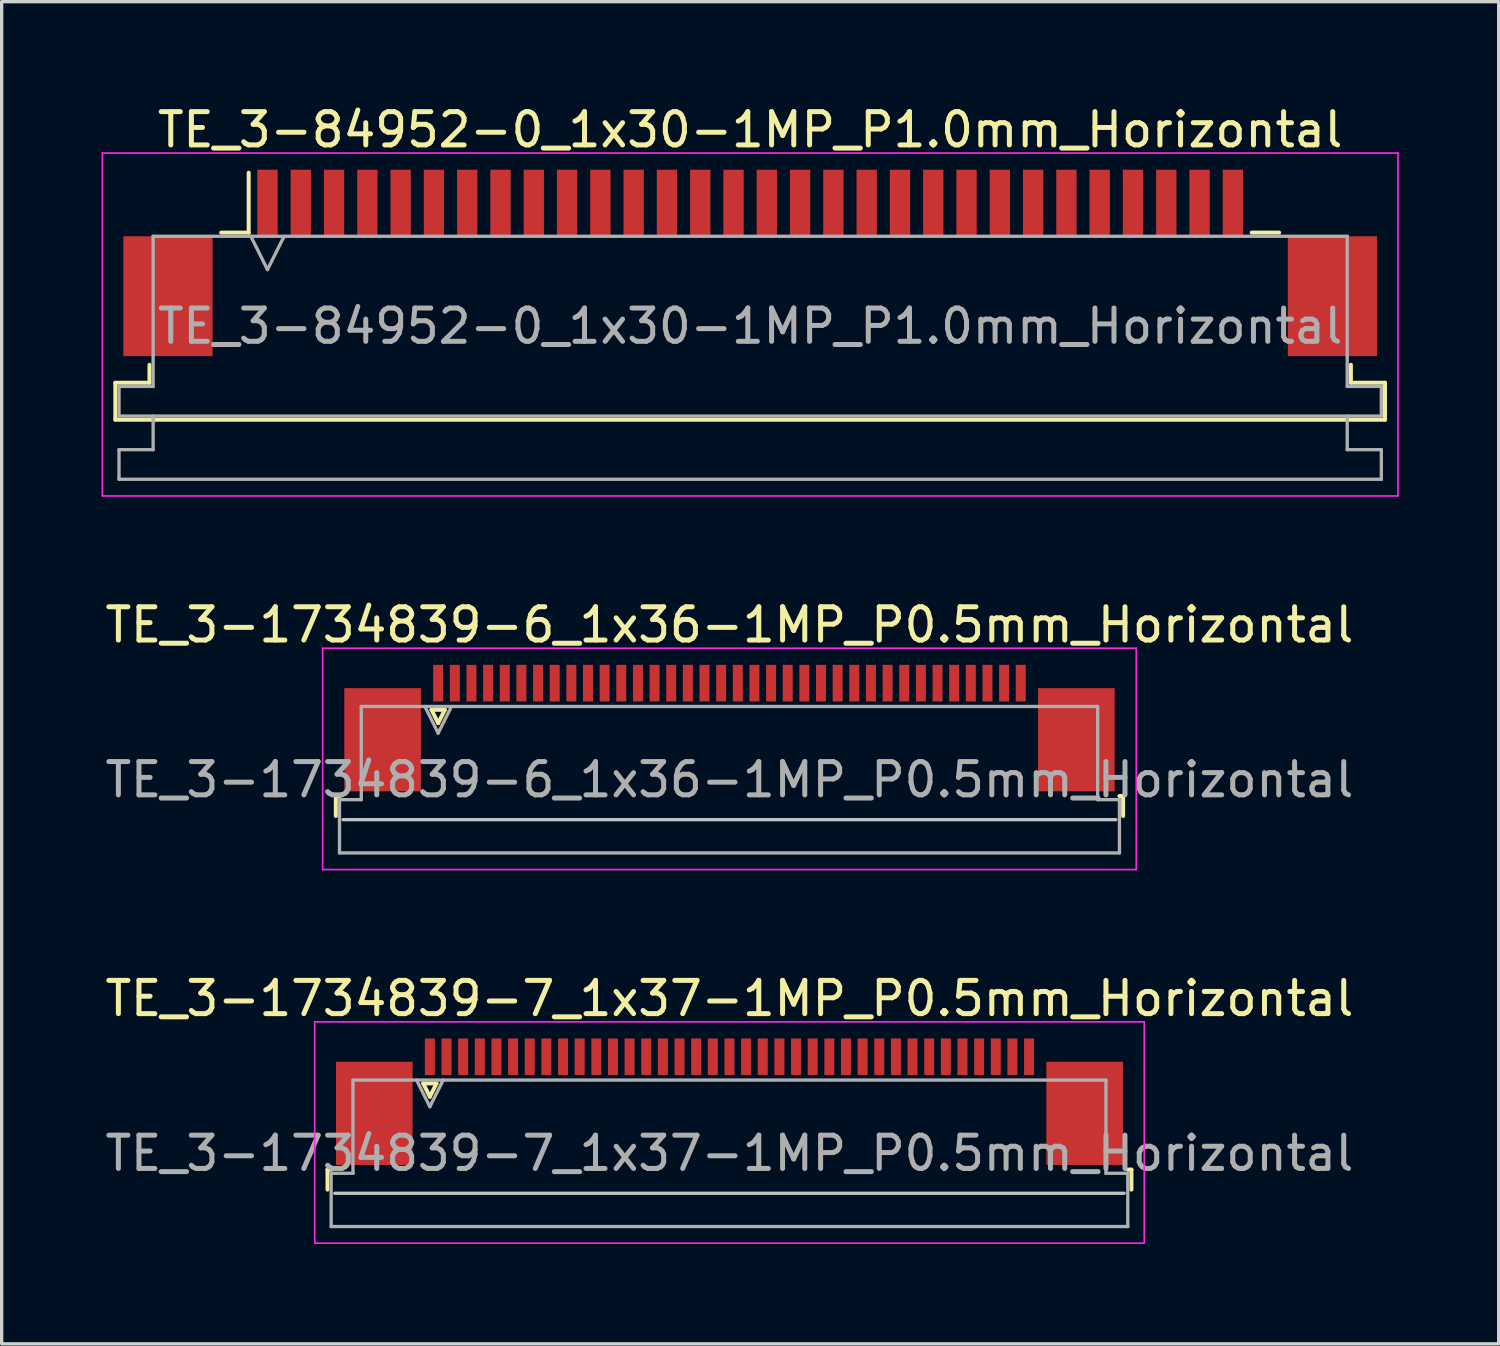
<source format=kicad_pcb>
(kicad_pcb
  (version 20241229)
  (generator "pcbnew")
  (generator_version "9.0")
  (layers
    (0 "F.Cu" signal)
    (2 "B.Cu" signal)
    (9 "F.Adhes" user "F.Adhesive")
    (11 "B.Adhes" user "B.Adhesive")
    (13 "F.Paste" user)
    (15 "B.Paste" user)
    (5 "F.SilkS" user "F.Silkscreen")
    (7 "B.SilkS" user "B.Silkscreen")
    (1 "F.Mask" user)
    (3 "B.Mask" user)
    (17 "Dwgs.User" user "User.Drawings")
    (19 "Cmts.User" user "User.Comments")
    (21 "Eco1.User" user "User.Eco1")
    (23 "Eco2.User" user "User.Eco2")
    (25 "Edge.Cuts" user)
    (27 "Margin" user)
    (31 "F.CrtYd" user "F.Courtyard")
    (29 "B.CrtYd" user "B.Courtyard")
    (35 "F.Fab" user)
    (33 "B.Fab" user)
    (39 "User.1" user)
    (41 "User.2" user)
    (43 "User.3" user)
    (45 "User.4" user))
  (footprint "TE_3-1734839-6_1x36-1MP_P0.5mm_Horizontal"
    (layer "F.Cu")
    (at 18.863 18.822)
    (property "Reference" "TE_3-1734839-6_1x36-1MP_P0.5mm_Horizontal" (at 0 -3.1 0) (layer "F.SilkS") (effects (font (size 1 1) (thickness 0.15))))
    (attr smd)
    (fp_line (start -11.825 2.04) (end -11.825 2.64) (stroke (width 0.12) (type solid)) (layer "F.SilkS"))
    (fp_line (start -11.715 2.04) (end -11.825 2.04) (stroke (width 0.12) (type solid)) (layer "F.SilkS"))
    (fp_line (start -8.95 -0.55) (end -8.75 -0.15) (stroke (width 0.12) (type solid)) (layer "F.SilkS"))
    (fp_line (start -8.75 -0.15) (end -8.55 -0.55) (stroke (width 0.12) (type solid)) (layer "F.SilkS"))
    (fp_line (start -8.55 -0.55) (end -8.95 -0.55) (stroke (width 0.12) (type solid)) (layer "F.SilkS"))
    (fp_line (start 11.715 2.04) (end 11.825 2.04) (stroke (width 0.12) (type solid)) (layer "F.SilkS"))
    (fp_line (start 11.825 2.04) (end 11.825 2.64) (stroke (width 0.12) (type solid)) (layer "F.SilkS"))
    (fp_line (start 11.605 2.75) (end -11.605 2.75) (stroke (width 0.1) (type solid)) (layer "Dwgs.User"))
    (fp_line (start -12.22 -2.4) (end -12.22 4.25) (stroke (width 0.05) (type solid)) (layer "F.CrtYd"))
    (fp_line (start -12.22 4.25) (end 12.22 4.25) (stroke (width 0.05) (type solid)) (layer "F.CrtYd"))
    (fp_line (start 12.22 -2.4) (end -12.22 -2.4) (stroke (width 0.05) (type solid)) (layer "F.CrtYd"))
    (fp_line (start 12.22 4.25) (end 12.22 -2.4) (stroke (width 0.05) (type solid)) (layer "F.CrtYd"))
    (fp_line (start -11.715 2.15) (end -11.06 2.15) (stroke (width 0.1) (type solid)) (layer "F.Fab"))
    (fp_line (start -11.715 3.75) (end -11.715 2.15) (stroke (width 0.1) (type solid)) (layer "F.Fab"))
    (fp_line (start -11.06 -0.65) (end 11.06 -0.65) (stroke (width 0.1) (type solid)) (layer "F.Fab"))
    (fp_line (start -11.06 2.15) (end -11.06 -0.65) (stroke (width 0.1) (type solid)) (layer "F.Fab"))
    (fp_line (start -9.15 -0.65) (end -8.75 0.15) (stroke (width 0.1) (type solid)) (layer "F.Fab"))
    (fp_line (start -8.75 0.15) (end -8.35 -0.65) (stroke (width 0.1) (type solid)) (layer "F.Fab"))
    (fp_line (start 11.06 -0.65) (end 11.06 2.15) (stroke (width 0.1) (type solid)) (layer "F.Fab"))
    (fp_line (start 11.06 2.15) (end 11.715 2.15) (stroke (width 0.1) (type solid)) (layer "F.Fab"))
    (fp_line (start 11.715 2.15) (end 11.715 3.75) (stroke (width 0.1) (type solid)) (layer "F.Fab"))
    (fp_line (start 11.715 3.75) (end -11.715 3.75) (stroke (width 0.1) (type solid)) (layer "F.Fab"))
    (fp_text user "${REFERENCE}" (at 0 1.55 0) (layer "F.Fab") (effects (font (size 1 1) (thickness 0.15))))
    (pad "1" smd rect (at -8.75 -1.35) (size 0.3 1.1) (layers "F.Cu" "F.Mask" "F.Paste"))
    (pad "2" smd rect (at -8.25 -1.35) (size 0.3 1.1) (layers "F.Cu" "F.Mask" "F.Paste"))
    (pad "3" smd rect (at -7.75 -1.35) (size 0.3 1.1) (layers "F.Cu" "F.Mask" "F.Paste"))
    (pad "4" smd rect (at -7.25 -1.35) (size 0.3 1.1) (layers "F.Cu" "F.Mask" "F.Paste"))
    (pad "5" smd rect (at -6.75 -1.35) (size 0.3 1.1) (layers "F.Cu" "F.Mask" "F.Paste"))
    (pad "6" smd rect (at -6.25 -1.35) (size 0.3 1.1) (layers "F.Cu" "F.Mask" "F.Paste"))
    (pad "7" smd rect (at -5.75 -1.35) (size 0.3 1.1) (layers "F.Cu" "F.Mask" "F.Paste"))
    (pad "8" smd rect (at -5.25 -1.35) (size 0.3 1.1) (layers "F.Cu" "F.Mask" "F.Paste"))
    (pad "9" smd rect (at -4.75 -1.35) (size 0.3 1.1) (layers "F.Cu" "F.Mask" "F.Paste"))
    (pad "10" smd rect (at -4.25 -1.35) (size 0.3 1.1) (layers "F.Cu" "F.Mask" "F.Paste"))
    (pad "11" smd rect (at -3.75 -1.35) (size 0.3 1.1) (layers "F.Cu" "F.Mask" "F.Paste"))
    (pad "12" smd rect (at -3.25 -1.35) (size 0.3 1.1) (layers "F.Cu" "F.Mask" "F.Paste"))
    (pad "13" smd rect (at -2.75 -1.35) (size 0.3 1.1) (layers "F.Cu" "F.Mask" "F.Paste"))
    (pad "14" smd rect (at -2.25 -1.35) (size 0.3 1.1) (layers "F.Cu" "F.Mask" "F.Paste"))
    (pad "15" smd rect (at -1.75 -1.35) (size 0.3 1.1) (layers "F.Cu" "F.Mask" "F.Paste"))
    (pad "16" smd rect (at -1.25 -1.35) (size 0.3 1.1) (layers "F.Cu" "F.Mask" "F.Paste"))
    (pad "17" smd rect (at -0.75 -1.35) (size 0.3 1.1) (layers "F.Cu" "F.Mask" "F.Paste"))
    (pad "18" smd rect (at -0.25 -1.35) (size 0.3 1.1) (layers "F.Cu" "F.Mask" "F.Paste"))
    (pad "19" smd rect (at 0.25 -1.35) (size 0.3 1.1) (layers "F.Cu" "F.Mask" "F.Paste"))
    (pad "20" smd rect (at 0.75 -1.35) (size 0.3 1.1) (layers "F.Cu" "F.Mask" "F.Paste"))
    (pad "21" smd rect (at 1.25 -1.35) (size 0.3 1.1) (layers "F.Cu" "F.Mask" "F.Paste"))
    (pad "22" smd rect (at 1.75 -1.35) (size 0.3 1.1) (layers "F.Cu" "F.Mask" "F.Paste"))
    (pad "23" smd rect (at 2.25 -1.35) (size 0.3 1.1) (layers "F.Cu" "F.Mask" "F.Paste"))
    (pad "24" smd rect (at 2.75 -1.35) (size 0.3 1.1) (layers "F.Cu" "F.Mask" "F.Paste"))
    (pad "25" smd rect (at 3.25 -1.35) (size 0.3 1.1) (layers "F.Cu" "F.Mask" "F.Paste"))
    (pad "26" smd rect (at 3.75 -1.35) (size 0.3 1.1) (layers "F.Cu" "F.Mask" "F.Paste"))
    (pad "27" smd rect (at 4.25 -1.35) (size 0.3 1.1) (layers "F.Cu" "F.Mask" "F.Paste"))
    (pad "28" smd rect (at 4.75 -1.35) (size 0.3 1.1) (layers "F.Cu" "F.Mask" "F.Paste"))
    (pad "29" smd rect (at 5.25 -1.35) (size 0.3 1.1) (layers "F.Cu" "F.Mask" "F.Paste"))
    (pad "30" smd rect (at 5.75 -1.35) (size 0.3 1.1) (layers "F.Cu" "F.Mask" "F.Paste"))
    (pad "31" smd rect (at 6.25 -1.35) (size 0.3 1.1) (layers "F.Cu" "F.Mask" "F.Paste"))
    (pad "32" smd rect (at 6.75 -1.35) (size 0.3 1.1) (layers "F.Cu" "F.Mask" "F.Paste"))
    (pad "33" smd rect (at 7.25 -1.35) (size 0.3 1.1) (layers "F.Cu" "F.Mask" "F.Paste"))
    (pad "34" smd rect (at 7.75 -1.35) (size 0.3 1.1) (layers "F.Cu" "F.Mask" "F.Paste"))
    (pad "35" smd rect (at 8.25 -1.35) (size 0.3 1.1) (layers "F.Cu" "F.Mask" "F.Paste"))
    (pad "36" smd rect (at 8.75 -1.35) (size 0.3 1.1) (layers "F.Cu" "F.Mask" "F.Paste"))
    (pad "MP" smd rect (at -10.42 0.35) (size 2.3 3.1) (layers "F.Cu" "F.Mask" "F.Paste"))
    (pad "MP" smd rect (at 10.42 0.35) (size 2.3 3.1) (layers "F.Cu" "F.Mask" "F.Paste")))
  (footprint "TE_3-1734839-7_1x37-1MP_P0.5mm_Horizontal"
    (layer "F.Cu")
    (at 18.863 30.045)
    (property "Reference" "TE_3-1734839-7_1x37-1MP_P0.5mm_Horizontal" (at 0 -3.1 0) (layer "F.SilkS") (effects (font (size 1 1) (thickness 0.15))))
    (attr smd)
    (fp_line (start -12.075 2.04) (end -12.075 2.64) (stroke (width 0.12) (type solid)) (layer "F.SilkS"))
    (fp_line (start -11.965 2.04) (end -12.075 2.04) (stroke (width 0.12) (type solid)) (layer "F.SilkS"))
    (fp_line (start -9.2 -0.55) (end -9 -0.15) (stroke (width 0.12) (type solid)) (layer "F.SilkS"))
    (fp_line (start -9 -0.15) (end -8.8 -0.55) (stroke (width 0.12) (type solid)) (layer "F.SilkS"))
    (fp_line (start -8.8 -0.55) (end -9.2 -0.55) (stroke (width 0.12) (type solid)) (layer "F.SilkS"))
    (fp_line (start 11.965 2.04) (end 12.075 2.04) (stroke (width 0.12) (type solid)) (layer "F.SilkS"))
    (fp_line (start 12.075 2.04) (end 12.075 2.64) (stroke (width 0.12) (type solid)) (layer "F.SilkS"))
    (fp_line (start 11.855 2.75) (end -11.855 2.75) (stroke (width 0.1) (type solid)) (layer "Dwgs.User"))
    (fp_line (start -12.46 -2.4) (end -12.46 4.25) (stroke (width 0.05) (type solid)) (layer "F.CrtYd"))
    (fp_line (start -12.46 4.25) (end 12.46 4.25) (stroke (width 0.05) (type solid)) (layer "F.CrtYd"))
    (fp_line (start 12.46 -2.4) (end -12.46 -2.4) (stroke (width 0.05) (type solid)) (layer "F.CrtYd"))
    (fp_line (start 12.46 4.25) (end 12.46 -2.4) (stroke (width 0.05) (type solid)) (layer "F.CrtYd"))
    (fp_line (start -11.965 2.15) (end -11.31 2.15) (stroke (width 0.1) (type solid)) (layer "F.Fab"))
    (fp_line (start -11.965 3.75) (end -11.965 2.15) (stroke (width 0.1) (type solid)) (layer "F.Fab"))
    (fp_line (start -11.31 -0.65) (end 11.31 -0.65) (stroke (width 0.1) (type solid)) (layer "F.Fab"))
    (fp_line (start -11.31 2.15) (end -11.31 -0.65) (stroke (width 0.1) (type solid)) (layer "F.Fab"))
    (fp_line (start -9.4 -0.65) (end -9 0.15) (stroke (width 0.1) (type solid)) (layer "F.Fab"))
    (fp_line (start -9 0.15) (end -8.6 -0.65) (stroke (width 0.1) (type solid)) (layer "F.Fab"))
    (fp_line (start 11.31 -0.65) (end 11.31 2.15) (stroke (width 0.1) (type solid)) (layer "F.Fab"))
    (fp_line (start 11.31 2.15) (end 11.965 2.15) (stroke (width 0.1) (type solid)) (layer "F.Fab"))
    (fp_line (start 11.965 2.15) (end 11.965 3.75) (stroke (width 0.1) (type solid)) (layer "F.Fab"))
    (fp_line (start 11.965 3.75) (end -11.965 3.75) (stroke (width 0.1) (type solid)) (layer "F.Fab"))
    (fp_text user "${REFERENCE}" (at 0 1.55 0) (layer "F.Fab") (effects (font (size 1 1) (thickness 0.15))))
    (pad "1" smd rect (at -9 -1.35) (size 0.3 1.1) (layers "F.Cu" "F.Mask" "F.Paste"))
    (pad "2" smd rect (at -8.5 -1.35) (size 0.3 1.1) (layers "F.Cu" "F.Mask" "F.Paste"))
    (pad "3" smd rect (at -8 -1.35) (size 0.3 1.1) (layers "F.Cu" "F.Mask" "F.Paste"))
    (pad "4" smd rect (at -7.5 -1.35) (size 0.3 1.1) (layers "F.Cu" "F.Mask" "F.Paste"))
    (pad "5" smd rect (at -7 -1.35) (size 0.3 1.1) (layers "F.Cu" "F.Mask" "F.Paste"))
    (pad "6" smd rect (at -6.5 -1.35) (size 0.3 1.1) (layers "F.Cu" "F.Mask" "F.Paste"))
    (pad "7" smd rect (at -6 -1.35) (size 0.3 1.1) (layers "F.Cu" "F.Mask" "F.Paste"))
    (pad "8" smd rect (at -5.5 -1.35) (size 0.3 1.1) (layers "F.Cu" "F.Mask" "F.Paste"))
    (pad "9" smd rect (at -5 -1.35) (size 0.3 1.1) (layers "F.Cu" "F.Mask" "F.Paste"))
    (pad "10" smd rect (at -4.5 -1.35) (size 0.3 1.1) (layers "F.Cu" "F.Mask" "F.Paste"))
    (pad "11" smd rect (at -4 -1.35) (size 0.3 1.1) (layers "F.Cu" "F.Mask" "F.Paste"))
    (pad "12" smd rect (at -3.5 -1.35) (size 0.3 1.1) (layers "F.Cu" "F.Mask" "F.Paste"))
    (pad "13" smd rect (at -3 -1.35) (size 0.3 1.1) (layers "F.Cu" "F.Mask" "F.Paste"))
    (pad "14" smd rect (at -2.5 -1.35) (size 0.3 1.1) (layers "F.Cu" "F.Mask" "F.Paste"))
    (pad "15" smd rect (at -2 -1.35) (size 0.3 1.1) (layers "F.Cu" "F.Mask" "F.Paste"))
    (pad "16" smd rect (at -1.5 -1.35) (size 0.3 1.1) (layers "F.Cu" "F.Mask" "F.Paste"))
    (pad "17" smd rect (at -1 -1.35) (size 0.3 1.1) (layers "F.Cu" "F.Mask" "F.Paste"))
    (pad "18" smd rect (at -0.5 -1.35) (size 0.3 1.1) (layers "F.Cu" "F.Mask" "F.Paste"))
    (pad "19" smd rect (at 0 -1.35) (size 0.3 1.1) (layers "F.Cu" "F.Mask" "F.Paste"))
    (pad "20" smd rect (at 0.5 -1.35) (size 0.3 1.1) (layers "F.Cu" "F.Mask" "F.Paste"))
    (pad "21" smd rect (at 1 -1.35) (size 0.3 1.1) (layers "F.Cu" "F.Mask" "F.Paste"))
    (pad "22" smd rect (at 1.5 -1.35) (size 0.3 1.1) (layers "F.Cu" "F.Mask" "F.Paste"))
    (pad "23" smd rect (at 2 -1.35) (size 0.3 1.1) (layers "F.Cu" "F.Mask" "F.Paste"))
    (pad "24" smd rect (at 2.5 -1.35) (size 0.3 1.1) (layers "F.Cu" "F.Mask" "F.Paste"))
    (pad "25" smd rect (at 3 -1.35) (size 0.3 1.1) (layers "F.Cu" "F.Mask" "F.Paste"))
    (pad "26" smd rect (at 3.5 -1.35) (size 0.3 1.1) (layers "F.Cu" "F.Mask" "F.Paste"))
    (pad "27" smd rect (at 4 -1.35) (size 0.3 1.1) (layers "F.Cu" "F.Mask" "F.Paste"))
    (pad "28" smd rect (at 4.5 -1.35) (size 0.3 1.1) (layers "F.Cu" "F.Mask" "F.Paste"))
    (pad "29" smd rect (at 5 -1.35) (size 0.3 1.1) (layers "F.Cu" "F.Mask" "F.Paste"))
    (pad "30" smd rect (at 5.5 -1.35) (size 0.3 1.1) (layers "F.Cu" "F.Mask" "F.Paste"))
    (pad "31" smd rect (at 6 -1.35) (size 0.3 1.1) (layers "F.Cu" "F.Mask" "F.Paste"))
    (pad "32" smd rect (at 6.5 -1.35) (size 0.3 1.1) (layers "F.Cu" "F.Mask" "F.Paste"))
    (pad "33" smd rect (at 7 -1.35) (size 0.3 1.1) (layers "F.Cu" "F.Mask" "F.Paste"))
    (pad "34" smd rect (at 7.5 -1.35) (size 0.3 1.1) (layers "F.Cu" "F.Mask" "F.Paste"))
    (pad "35" smd rect (at 8 -1.35) (size 0.3 1.1) (layers "F.Cu" "F.Mask" "F.Paste"))
    (pad "36" smd rect (at 8.5 -1.35) (size 0.3 1.1) (layers "F.Cu" "F.Mask" "F.Paste"))
    (pad "37" smd rect (at 9 -1.35) (size 0.3 1.1) (layers "F.Cu" "F.Mask" "F.Paste"))
    (pad "MP" smd rect (at -10.67 0.35) (size 2.3 3.1) (layers "F.Cu" "F.Mask" "F.Paste"))
    (pad "MP" smd rect (at 10.67 0.35) (size 2.3 3.1) (layers "F.Cu" "F.Mask" "F.Paste")))
  (footprint "TE_3-84952-0_1x30-1MP_P1.0mm_Horizontal"
    (layer "F.Cu")
    (at 19.485 4.848)
    (property "Reference" "TE_3-84952-0_1x30-1MP_P1.0mm_Horizontal" (at 0 -4 0) (layer "F.SilkS") (effects (font (size 1 1) (thickness 0.15))))
    (attr smd)
    (fp_line (start -19.07 3.6) (end -18.045 3.6) (stroke (width 0.12) (type solid)) (layer "F.SilkS"))
    (fp_line (start -19.07 4.71) (end -19.07 3.6) (stroke (width 0.12) (type solid)) (layer "F.SilkS"))
    (fp_line (start -18.045 3.6) (end -18.045 3.06) (stroke (width 0.12) (type solid)) (layer "F.SilkS"))
    (fp_line (start -15.89 -0.91) (end -15.065 -0.91) (stroke (width 0.12) (type solid)) (layer "F.SilkS"))
    (fp_line (start -15.065 -0.91) (end -15.065 -2.71) (stroke (width 0.12) (type solid)) (layer "F.SilkS"))
    (fp_line (start 15.065 -0.91) (end 15.89 -0.91) (stroke (width 0.12) (type solid)) (layer "F.SilkS"))
    (fp_line (start 18.045 3.06) (end 18.045 3.6) (stroke (width 0.12) (type solid)) (layer "F.SilkS"))
    (fp_line (start 18.045 3.6) (end 19.07 3.6) (stroke (width 0.12) (type solid)) (layer "F.SilkS"))
    (fp_line (start 19.07 3.6) (end 19.07 4.71) (stroke (width 0.12) (type solid)) (layer "F.SilkS"))
    (fp_line (start 19.07 4.71) (end -19.07 4.71) (stroke (width 0.12) (type solid)) (layer "F.SilkS"))
    (fp_line (start -19.46 -3.3) (end -19.46 7) (stroke (width 0.05) (type solid)) (layer "F.CrtYd"))
    (fp_line (start -19.46 7) (end 19.46 7) (stroke (width 0.05) (type solid)) (layer "F.CrtYd"))
    (fp_line (start 19.46 -3.3) (end -19.46 -3.3) (stroke (width 0.05) (type solid)) (layer "F.CrtYd"))
    (fp_line (start 19.46 7) (end 19.46 -3.3) (stroke (width 0.05) (type solid)) (layer "F.CrtYd"))
    (fp_line (start -18.96 3.71) (end -17.935 3.71) (stroke (width 0.1) (type solid)) (layer "F.Fab"))
    (fp_line (start -18.96 4.6) (end -18.96 3.71) (stroke (width 0.1) (type solid)) (layer "F.Fab"))
    (fp_line (start -18.96 5.61) (end -17.935 5.61) (stroke (width 0.1) (type solid)) (layer "F.Fab"))
    (fp_line (start -18.96 6.5) (end -18.96 5.61) (stroke (width 0.1) (type solid)) (layer "F.Fab"))
    (fp_line (start -17.935 -0.8) (end 17.935 -0.8) (stroke (width 0.1) (type solid)) (layer "F.Fab"))
    (fp_line (start -17.935 3.71) (end -17.935 -0.8) (stroke (width 0.1) (type solid)) (layer "F.Fab"))
    (fp_line (start -17.935 5.61) (end -17.935 4.6) (stroke (width 0.1) (type solid)) (layer "F.Fab"))
    (fp_line (start -15 -0.8) (end -14.5 0.2) (stroke (width 0.1) (type solid)) (layer "F.Fab"))
    (fp_line (start -14.5 0.2) (end -14 -0.8) (stroke (width 0.1) (type solid)) (layer "F.Fab"))
    (fp_line (start 17.935 -0.8) (end 17.935 3.71) (stroke (width 0.1) (type solid)) (layer "F.Fab"))
    (fp_line (start 17.935 3.71) (end 18.96 3.71) (stroke (width 0.1) (type solid)) (layer "F.Fab"))
    (fp_line (start 17.935 4.6) (end 17.935 5.61) (stroke (width 0.1) (type solid)) (layer "F.Fab"))
    (fp_line (start 17.935 5.61) (end 18.96 5.61) (stroke (width 0.1) (type solid)) (layer "F.Fab"))
    (fp_line (start 18.96 3.71) (end 18.96 4.6) (stroke (width 0.1) (type solid)) (layer "F.Fab"))
    (fp_line (start 18.96 4.6) (end -18.96 4.6) (stroke (width 0.1) (type solid)) (layer "F.Fab"))
    (fp_line (start 18.96 5.61) (end 18.96 6.5) (stroke (width 0.1) (type solid)) (layer "F.Fab"))
    (fp_line (start 18.96 6.5) (end -18.96 6.5) (stroke (width 0.1) (type solid)) (layer "F.Fab"))
    (fp_text user "${REFERENCE}" (at 0 1.9 0) (layer "F.Fab") (effects (font (size 1 1) (thickness 0.15))))
    (pad "1" smd rect (at -14.5 -1.8) (size 0.61 2) (layers "F.Cu" "F.Mask" "F.Paste"))
    (pad "2" smd rect (at -13.5 -1.8) (size 0.61 2) (layers "F.Cu" "F.Mask" "F.Paste"))
    (pad "3" smd rect (at -12.5 -1.8) (size 0.61 2) (layers "F.Cu" "F.Mask" "F.Paste"))
    (pad "4" smd rect (at -11.5 -1.8) (size 0.61 2) (layers "F.Cu" "F.Mask" "F.Paste"))
    (pad "5" smd rect (at -10.5 -1.8) (size 0.61 2) (layers "F.Cu" "F.Mask" "F.Paste"))
    (pad "6" smd rect (at -9.5 -1.8) (size 0.61 2) (layers "F.Cu" "F.Mask" "F.Paste"))
    (pad "7" smd rect (at -8.5 -1.8) (size 0.61 2) (layers "F.Cu" "F.Mask" "F.Paste"))
    (pad "8" smd rect (at -7.5 -1.8) (size 0.61 2) (layers "F.Cu" "F.Mask" "F.Paste"))
    (pad "9" smd rect (at -6.5 -1.8) (size 0.61 2) (layers "F.Cu" "F.Mask" "F.Paste"))
    (pad "10" smd rect (at -5.5 -1.8) (size 0.61 2) (layers "F.Cu" "F.Mask" "F.Paste"))
    (pad "11" smd rect (at -4.5 -1.8) (size 0.61 2) (layers "F.Cu" "F.Mask" "F.Paste"))
    (pad "12" smd rect (at -3.5 -1.8) (size 0.61 2) (layers "F.Cu" "F.Mask" "F.Paste"))
    (pad "13" smd rect (at -2.5 -1.8) (size 0.61 2) (layers "F.Cu" "F.Mask" "F.Paste"))
    (pad "14" smd rect (at -1.5 -1.8) (size 0.61 2) (layers "F.Cu" "F.Mask" "F.Paste"))
    (pad "15" smd rect (at -0.5 -1.8) (size 0.61 2) (layers "F.Cu" "F.Mask" "F.Paste"))
    (pad "16" smd rect (at 0.5 -1.8) (size 0.61 2) (layers "F.Cu" "F.Mask" "F.Paste"))
    (pad "17" smd rect (at 1.5 -1.8) (size 0.61 2) (layers "F.Cu" "F.Mask" "F.Paste"))
    (pad "18" smd rect (at 2.5 -1.8) (size 0.61 2) (layers "F.Cu" "F.Mask" "F.Paste"))
    (pad "19" smd rect (at 3.5 -1.8) (size 0.61 2) (layers "F.Cu" "F.Mask" "F.Paste"))
    (pad "20" smd rect (at 4.5 -1.8) (size 0.61 2) (layers "F.Cu" "F.Mask" "F.Paste"))
    (pad "21" smd rect (at 5.5 -1.8) (size 0.61 2) (layers "F.Cu" "F.Mask" "F.Paste"))
    (pad "22" smd rect (at 6.5 -1.8) (size 0.61 2) (layers "F.Cu" "F.Mask" "F.Paste"))
    (pad "23" smd rect (at 7.5 -1.8) (size 0.61 2) (layers "F.Cu" "F.Mask" "F.Paste"))
    (pad "24" smd rect (at 8.5 -1.8) (size 0.61 2) (layers "F.Cu" "F.Mask" "F.Paste"))
    (pad "25" smd rect (at 9.5 -1.8) (size 0.61 2) (layers "F.Cu" "F.Mask" "F.Paste"))
    (pad "26" smd rect (at 10.5 -1.8) (size 0.61 2) (layers "F.Cu" "F.Mask" "F.Paste"))
    (pad "27" smd rect (at 11.5 -1.8) (size 0.61 2) (layers "F.Cu" "F.Mask" "F.Paste"))
    (pad "28" smd rect (at 12.5 -1.8) (size 0.61 2) (layers "F.Cu" "F.Mask" "F.Paste"))
    (pad "29" smd rect (at 13.5 -1.8) (size 0.61 2) (layers "F.Cu" "F.Mask" "F.Paste"))
    (pad "30" smd rect (at 14.5 -1.8) (size 0.61 2) (layers "F.Cu" "F.Mask" "F.Paste"))
    (pad "MP" smd rect (at -17.49 1) (size 2.68 3.6) (layers "F.Cu" "F.Mask" "F.Paste"))
    (pad "MP" smd rect (at 17.49 1) (size 2.68 3.6) (layers "F.Cu" "F.Mask" "F.Paste")))
  (gr_rect
    (start -3 -3)
    (end 41.97 37.32)
    (stroke (width 0.1) (type default))
    (fill no)
    (layer "Edge.Cuts")))
</source>
